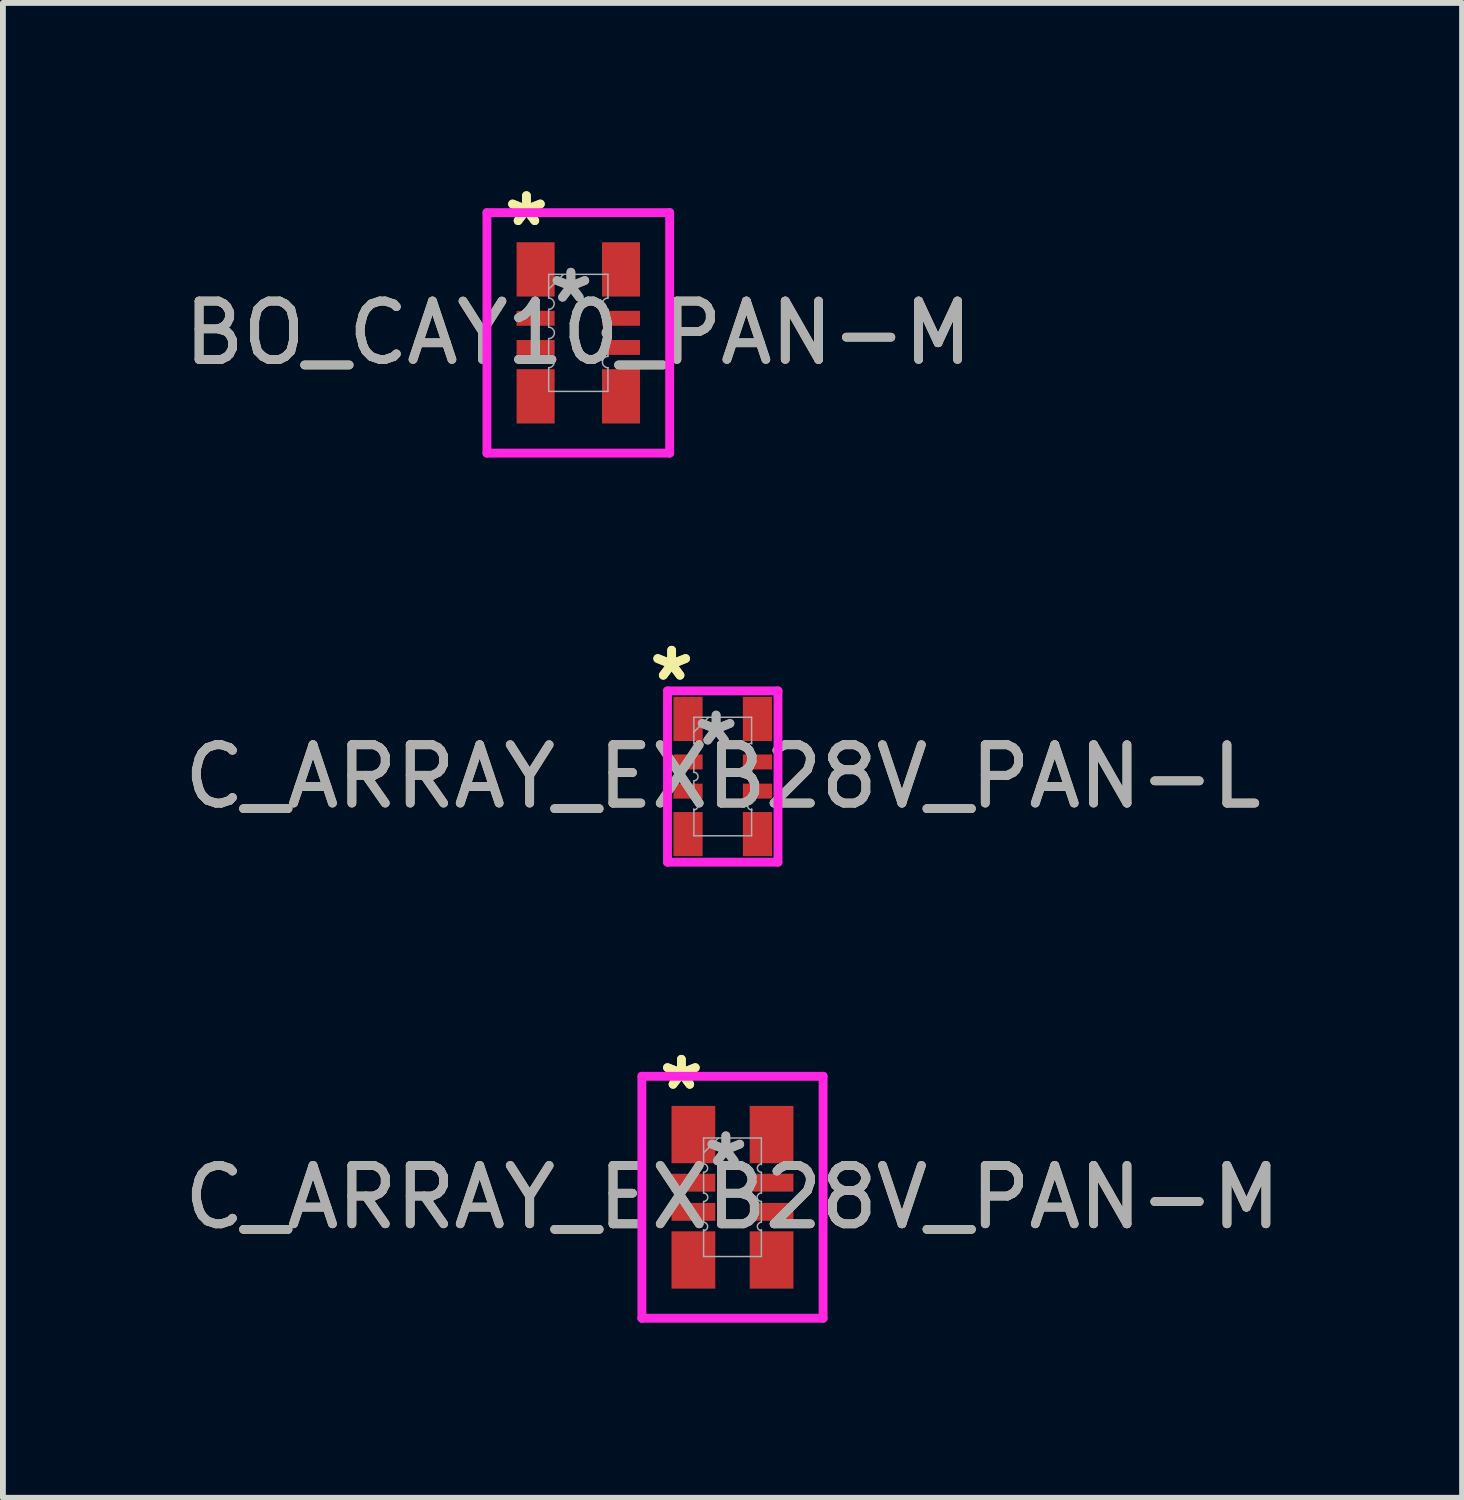
<source format=kicad_pcb>
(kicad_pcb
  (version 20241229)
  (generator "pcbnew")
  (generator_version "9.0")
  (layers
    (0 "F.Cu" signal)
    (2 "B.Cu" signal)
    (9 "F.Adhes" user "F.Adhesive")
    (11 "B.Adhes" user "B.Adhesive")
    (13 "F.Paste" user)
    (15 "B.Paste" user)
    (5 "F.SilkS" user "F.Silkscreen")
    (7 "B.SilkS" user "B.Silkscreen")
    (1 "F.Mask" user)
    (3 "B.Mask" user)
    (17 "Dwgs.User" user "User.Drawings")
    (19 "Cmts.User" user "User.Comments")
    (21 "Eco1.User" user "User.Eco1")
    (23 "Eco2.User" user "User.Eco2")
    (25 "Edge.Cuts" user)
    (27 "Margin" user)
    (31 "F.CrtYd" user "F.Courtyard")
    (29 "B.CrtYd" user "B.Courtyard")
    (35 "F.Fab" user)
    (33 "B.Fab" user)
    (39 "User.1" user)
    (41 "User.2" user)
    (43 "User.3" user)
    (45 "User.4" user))
  (footprint "C_ARRAY_EXB28V_PAN-L"
    (layer "F.Cu")
    (at 9.339 10.261)
    (property "Reference" "C_ARRAY_EXB28V_PAN-L" (at 0 0 0) (unlocked yes) (layer "F.SilkS") (effects (font (size 1 1) (thickness 0.15))))
    (attr smd)
    (fp_line (start -0.947 -1.468) (end 0.947 -1.468) (stroke (width 0.152) (type solid)) (layer "F.CrtYd"))
    (fp_line (start -0.947 1.468) (end -0.947 -1.468) (stroke (width 0.152) (type solid)) (layer "F.CrtYd"))
    (fp_line (start 0.947 -1.468) (end 0.947 1.468) (stroke (width 0.152) (type solid)) (layer "F.CrtYd"))
    (fp_line (start 0.947 1.468) (end -0.947 1.468) (stroke (width 0.152) (type solid)) (layer "F.CrtYd"))
    (fp_line (start -0.495 -1.016) (end 0.495 -1.016) (stroke (width 0.025) (type solid)) (layer "F.Fab"))
    (fp_line (start -0.495 -0.559) (end -0.495 -1.016) (stroke (width 0.025) (type solid)) (layer "F.Fab"))
    (fp_line (start -0.495 -0.428) (end -0.495 -0.072) (stroke (width 0.025) (type solid)) (layer "F.Fab"))
    (fp_line (start -0.495 0.072) (end -0.495 0.428) (stroke (width 0.025) (type solid)) (layer "F.Fab"))
    (fp_line (start -0.495 0.559) (end -0.495 1.016) (stroke (width 0.025) (type solid)) (layer "F.Fab"))
    (fp_line (start -0.495 0.572) (end -0.495 0.559) (stroke (width 0.025) (type solid)) (layer "F.Fab"))
    (fp_line (start -0.495 1.016) (end 0.495 1.016) (stroke (width 0.025) (type solid)) (layer "F.Fab"))
    (fp_line (start -0.241 -1.016) (end -0.495 -0.762) (stroke (width 0.025) (type solid)) (layer "F.Fab"))
    (fp_line (start 0.495 -0.559) (end 0.495 -1.016) (stroke (width 0.025) (type solid)) (layer "F.Fab"))
    (fp_line (start 0.495 -0.428) (end 0.495 -0.072) (stroke (width 0.025) (type solid)) (layer "F.Fab"))
    (fp_line (start 0.495 0.072) (end 0.495 0.428) (stroke (width 0.025) (type solid)) (layer "F.Fab"))
    (fp_line (start 0.495 0.559) (end 0.495 1.016) (stroke (width 0.025) (type solid)) (layer "F.Fab"))
    (fp_line (start 0.495 0.572) (end 0.495 0.559) (stroke (width 0.025) (type solid)) (layer "F.Fab"))
    (fp_arc (start -0.4953 -0.572389) (mid -0.423037 -0.500126) (end -0.4953 -0.427863) (stroke (width 0.0254) (type solid)) (layer "F.Fab"))
    (fp_arc (start -0.4953 -0.072263) (mid -0.423037 0) (end -0.4953 0.072263) (stroke (width 0.0254) (type solid)) (layer "F.Fab"))
    (fp_arc (start -0.4953 0.427863) (mid -0.423037 0.500126) (end -0.4953 0.572389) (stroke (width 0.0254) (type solid)) (layer "F.Fab"))
    (fp_arc (start 0.4953 -0.427863) (mid 0.423037 -0.500126) (end 0.4953 -0.572389) (stroke (width 0.0254) (type solid)) (layer "F.Fab"))
    (fp_arc (start 0.4953 0.072263) (mid 0.423037 0) (end 0.4953 -0.072263) (stroke (width 0.0254) (type solid)) (layer "F.Fab"))
    (fp_arc (start 0.4953 0.572389) (mid 0.423037 0.500126) (end 0.4953 0.427863) (stroke (width 0.0254) (type solid)) (layer "F.Fab"))
    (fp_text user "*" (at -0.876 -1.62 0) (unlocked yes) (layer "F.SilkS") (effects (font (size 1 1) (thickness 0.15))))
    (fp_text user "*" (at -0.876 -1.62 0) (layer "F.SilkS") (effects (font (size 1 1) (thickness 0.15))))
    (fp_text user "*" (at -0.114 -0.508 0) (layer "F.Fab") (effects (font (size 1 1) (thickness 0.15))))
    (fp_text user "*" (at -0.114 -0.508 0) (unlocked yes) (layer "F.Fab") (effects (font (size 1 1) (thickness 0.15))))
    (fp_text user "${REFERENCE}" (at 0 0 0) (unlocked yes) (layer "F.Fab") (effects (font (size 1 1) (thickness 0.15))))
    (pad "1" smd rect (at -0.595 -0.987) (size 0.5 0.757) (layers "F.Cu" "F.Mask" "F.Paste"))
    (pad "2" smd rect (at -0.595 -0.25) (size 0.5 0.256) (layers "F.Cu" "F.Mask" "F.Paste"))
    (pad "3" smd rect (at -0.595 0.25) (size 0.5 0.256) (layers "F.Cu" "F.Mask" "F.Paste"))
    (pad "4" smd rect (at -0.595 0.987) (size 0.5 0.757) (layers "F.Cu" "F.Mask" "F.Paste"))
    (pad "5" smd rect (at 0.595 0.987) (size 0.5 0.757) (layers "F.Cu" "F.Mask" "F.Paste"))
    (pad "6" smd rect (at 0.595 0.25) (size 0.5 0.256) (layers "F.Cu" "F.Mask" "F.Paste"))
    (pad "7" smd rect (at 0.595 -0.25) (size 0.5 0.256) (layers "F.Cu" "F.Mask" "F.Paste"))
    (pad "8" smd rect (at 0.595 -0.987) (size 0.5 0.757) (layers "F.Cu" "F.Mask" "F.Paste")))
  (footprint "C_ARRAY_EXB28V_PAN-M"
    (layer "F.Cu")
    (at 9.506 17.473)
    (property "Reference" "C_ARRAY_EXB28V_PAN-M" (at 0 0 0) (unlocked yes) (layer "F.SilkS") (effects (font (size 1 1) (thickness 0.15))))
    (attr smd)
    (fp_line (start -1.553 -2.074) (end 1.553 -2.074) (stroke (width 0.152) (type solid)) (layer "F.CrtYd"))
    (fp_line (start -1.553 2.074) (end -1.553 -2.074) (stroke (width 0.152) (type solid)) (layer "F.CrtYd"))
    (fp_line (start 1.553 -2.074) (end 1.553 2.074) (stroke (width 0.152) (type solid)) (layer "F.CrtYd"))
    (fp_line (start 1.553 2.074) (end -1.553 2.074) (stroke (width 0.152) (type solid)) (layer "F.CrtYd"))
    (fp_line (start -0.495 -1.016) (end 0.495 -1.016) (stroke (width 0.025) (type solid)) (layer "F.Fab"))
    (fp_line (start -0.495 -0.559) (end -0.495 -1.016) (stroke (width 0.025) (type solid)) (layer "F.Fab"))
    (fp_line (start -0.495 -0.428) (end -0.495 -0.072) (stroke (width 0.025) (type solid)) (layer "F.Fab"))
    (fp_line (start -0.495 0.072) (end -0.495 0.428) (stroke (width 0.025) (type solid)) (layer "F.Fab"))
    (fp_line (start -0.495 0.559) (end -0.495 1.016) (stroke (width 0.025) (type solid)) (layer "F.Fab"))
    (fp_line (start -0.495 0.572) (end -0.495 0.559) (stroke (width 0.025) (type solid)) (layer "F.Fab"))
    (fp_line (start -0.495 1.016) (end 0.495 1.016) (stroke (width 0.025) (type solid)) (layer "F.Fab"))
    (fp_line (start -0.241 -1.016) (end -0.495 -0.762) (stroke (width 0.025) (type solid)) (layer "F.Fab"))
    (fp_line (start 0.495 -0.559) (end 0.495 -1.016) (stroke (width 0.025) (type solid)) (layer "F.Fab"))
    (fp_line (start 0.495 -0.428) (end 0.495 -0.072) (stroke (width 0.025) (type solid)) (layer "F.Fab"))
    (fp_line (start 0.495 0.072) (end 0.495 0.428) (stroke (width 0.025) (type solid)) (layer "F.Fab"))
    (fp_line (start 0.495 0.559) (end 0.495 1.016) (stroke (width 0.025) (type solid)) (layer "F.Fab"))
    (fp_line (start 0.495 0.572) (end 0.495 0.559) (stroke (width 0.025) (type solid)) (layer "F.Fab"))
    (fp_arc (start -0.4953 -0.572389) (mid -0.423037 -0.500126) (end -0.4953 -0.427863) (stroke (width 0.0254) (type solid)) (layer "F.Fab"))
    (fp_arc (start -0.4953 -0.072263) (mid -0.423037 0) (end -0.4953 0.072263) (stroke (width 0.0254) (type solid)) (layer "F.Fab"))
    (fp_arc (start -0.4953 0.427863) (mid -0.423037 0.500126) (end -0.4953 0.572389) (stroke (width 0.0254) (type solid)) (layer "F.Fab"))
    (fp_arc (start 0.4953 -0.427863) (mid 0.423037 -0.500126) (end 0.4953 -0.572389) (stroke (width 0.0254) (type solid)) (layer "F.Fab"))
    (fp_arc (start 0.4953 0.072263) (mid 0.423037 0) (end 0.4953 -0.072263) (stroke (width 0.0254) (type solid)) (layer "F.Fab"))
    (fp_arc (start 0.4953 0.572389) (mid 0.423037 0.500126) (end 0.4953 0.427863) (stroke (width 0.0254) (type solid)) (layer "F.Fab"))
    (fp_text user "*" (at -0.876 -1.82 0) (layer "F.SilkS") (effects (font (size 1 1) (thickness 0.15))))
    (fp_text user "*" (at -0.876 -1.82 0) (unlocked yes) (layer "F.SilkS") (effects (font (size 1 1) (thickness 0.15))))
    (fp_text user "${REFERENCE}" (at 0 0 0) (unlocked yes) (layer "F.Fab") (effects (font (size 1 1) (thickness 0.15))))
    (fp_text user "*" (at -0.114 -0.508 0) (unlocked yes) (layer "F.Fab") (effects (font (size 1 1) (thickness 0.15))))
    (fp_text user "*" (at -0.114 -0.508 0) (layer "F.Fab") (effects (font (size 1 1) (thickness 0.15))))
    (pad "1" smd rect (at -0.67 -1.075) (size 0.75 0.982) (layers "F.Cu" "F.Mask" "F.Paste"))
    (pad "2" smd rect (at -0.67 -0.25) (size 0.75 0.306) (layers "F.Cu" "F.Mask" "F.Paste"))
    (pad "3" smd rect (at -0.67 0.25) (size 0.75 0.306) (layers "F.Cu" "F.Mask" "F.Paste"))
    (pad "4" smd rect (at -0.67 1.075) (size 0.75 0.982) (layers "F.Cu" "F.Mask" "F.Paste"))
    (pad "5" smd rect (at 0.67 1.075) (size 0.75 0.982) (layers "F.Cu" "F.Mask" "F.Paste"))
    (pad "6" smd rect (at 0.67 0.25) (size 0.75 0.306) (layers "F.Cu" "F.Mask" "F.Paste"))
    (pad "7" smd rect (at 0.67 -0.25) (size 0.75 0.306) (layers "F.Cu" "F.Mask" "F.Paste"))
    (pad "8" smd rect (at 0.67 -1.075) (size 0.75 0.982) (layers "F.Cu" "F.Mask" "F.Paste")))
  (footprint "BO_CAY10_PAN-M"
    (layer "F.Cu")
    (at 6.863 2.656)
    (property "Reference" "BO_CAY10_PAN-M" (at 0 0 0) (unlocked yes) (layer "F.SilkS") (effects (font (size 1 1) (thickness 0.15))))
    (attr smd)
    (fp_line (start -1.566 -2.061) (end 1.566 -2.061) (stroke (width 0.152) (type solid)) (layer "F.CrtYd"))
    (fp_line (start -1.566 2.061) (end -1.566 -2.061) (stroke (width 0.152) (type solid)) (layer "F.CrtYd"))
    (fp_line (start 1.566 -2.061) (end 1.566 2.061) (stroke (width 0.152) (type solid)) (layer "F.CrtYd"))
    (fp_line (start 1.566 2.061) (end -1.566 2.061) (stroke (width 0.152) (type solid)) (layer "F.CrtYd"))
    (fp_line (start -0.508 -1.003) (end 0.508 -1.003) (stroke (width 0.025) (type solid)) (layer "F.Fab"))
    (fp_line (start -0.508 -0.597) (end -0.508 -1.003) (stroke (width 0.025) (type solid)) (layer "F.Fab"))
    (fp_line (start -0.508 -0.402) (end -0.508 -0.098) (stroke (width 0.025) (type solid)) (layer "F.Fab"))
    (fp_line (start -0.508 0.098) (end -0.508 0.402) (stroke (width 0.025) (type solid)) (layer "F.Fab"))
    (fp_line (start -0.508 0.597) (end -0.508 1.003) (stroke (width 0.025) (type solid)) (layer "F.Fab"))
    (fp_line (start -0.508 0.598) (end -0.508 0.597) (stroke (width 0.025) (type solid)) (layer "F.Fab"))
    (fp_line (start -0.508 1.003) (end 0.508 1.003) (stroke (width 0.025) (type solid)) (layer "F.Fab"))
    (fp_line (start -0.254 -1.003) (end -0.508 -0.749) (stroke (width 0.025) (type solid)) (layer "F.Fab"))
    (fp_line (start 0.508 -0.597) (end 0.508 -1.003) (stroke (width 0.025) (type solid)) (layer "F.Fab"))
    (fp_line (start 0.508 -0.402) (end 0.508 -0.098) (stroke (width 0.025) (type solid)) (layer "F.Fab"))
    (fp_line (start 0.508 0.098) (end 0.508 0.402) (stroke (width 0.025) (type solid)) (layer "F.Fab"))
    (fp_line (start 0.508 0.597) (end 0.508 1.003) (stroke (width 0.025) (type solid)) (layer "F.Fab"))
    (fp_line (start 0.508 0.598) (end 0.508 0.597) (stroke (width 0.025) (type solid)) (layer "F.Fab"))
    (fp_arc (start -0.508 -0.597789) (mid -0.410337 -0.500126) (end -0.508 -0.402463) (stroke (width 0.0254) (type solid)) (layer "F.Fab"))
    (fp_arc (start -0.508 -0.097663) (mid -0.410337 0) (end -0.508 0.097663) (stroke (width 0.0254) (type solid)) (layer "F.Fab"))
    (fp_arc (start -0.508 0.402463) (mid -0.410337 0.500126) (end -0.508 0.597789) (stroke (width 0.0254) (type solid)) (layer "F.Fab"))
    (fp_arc (start 0.508 -0.402463) (mid 0.410337 -0.500126) (end 0.508 -0.597789) (stroke (width 0.0254) (type solid)) (layer "F.Fab"))
    (fp_arc (start 0.508 0.097663) (mid 0.410337 0) (end 0.508 -0.097663) (stroke (width 0.0254) (type solid)) (layer "F.Fab"))
    (fp_arc (start 0.508 0.597789) (mid 0.410337 0.500126) (end 0.508 0.402463) (stroke (width 0.0254) (type solid)) (layer "F.Fab"))
    (fp_text user "*" (at -0.889 -1.807 0) (unlocked yes) (layer "F.SilkS") (effects (font (size 1 1) (thickness 0.15))))
    (fp_text user "*" (at -0.889 -1.807 0) (layer "F.SilkS") (effects (font (size 1 1) (thickness 0.15))))
    (fp_text user "${REFERENCE}" (at 0 0 0) (unlocked yes) (layer "F.Fab") (effects (font (size 1 1) (thickness 0.15))))
    (fp_text user "*" (at -0.127 -0.495 0) (unlocked yes) (layer "F.Fab") (effects (font (size 1 1) (thickness 0.15))))
    (fp_text user "*" (at -0.127 -0.495 0) (layer "F.Fab") (effects (font (size 1 1) (thickness 0.15))))
    (pad "1" smd rect (at -0.732 -1.088) (size 0.652 0.931) (layers "F.Cu" "F.Mask" "F.Paste"))
    (pad "2" smd rect (at -0.732 -0.25) (size 0.652 0.255) (layers "F.Cu" "F.Mask" "F.Paste"))
    (pad "3" smd rect (at -0.732 0.25) (size 0.652 0.255) (layers "F.Cu" "F.Mask" "F.Paste"))
    (pad "4" smd rect (at -0.732 1.088) (size 0.652 0.931) (layers "F.Cu" "F.Mask" "F.Paste"))
    (pad "5" smd rect (at 0.732 1.088) (size 0.652 0.931) (layers "F.Cu" "F.Mask" "F.Paste"))
    (pad "6" smd rect (at 0.732 0.25) (size 0.652 0.255) (layers "F.Cu" "F.Mask" "F.Paste"))
    (pad "7" smd rect (at 0.732 -0.25) (size 0.652 0.255) (layers "F.Cu" "F.Mask" "F.Paste"))
    (pad "8" smd rect (at 0.732 -1.088) (size 0.652 0.931) (layers "F.Cu" "F.Mask" "F.Paste")))
  (gr_rect
    (start -3 -3)
    (end 22.012 22.624)
    (stroke (width 0.1) (type default))
    (fill no)
    (layer "Edge.Cuts")))
</source>
